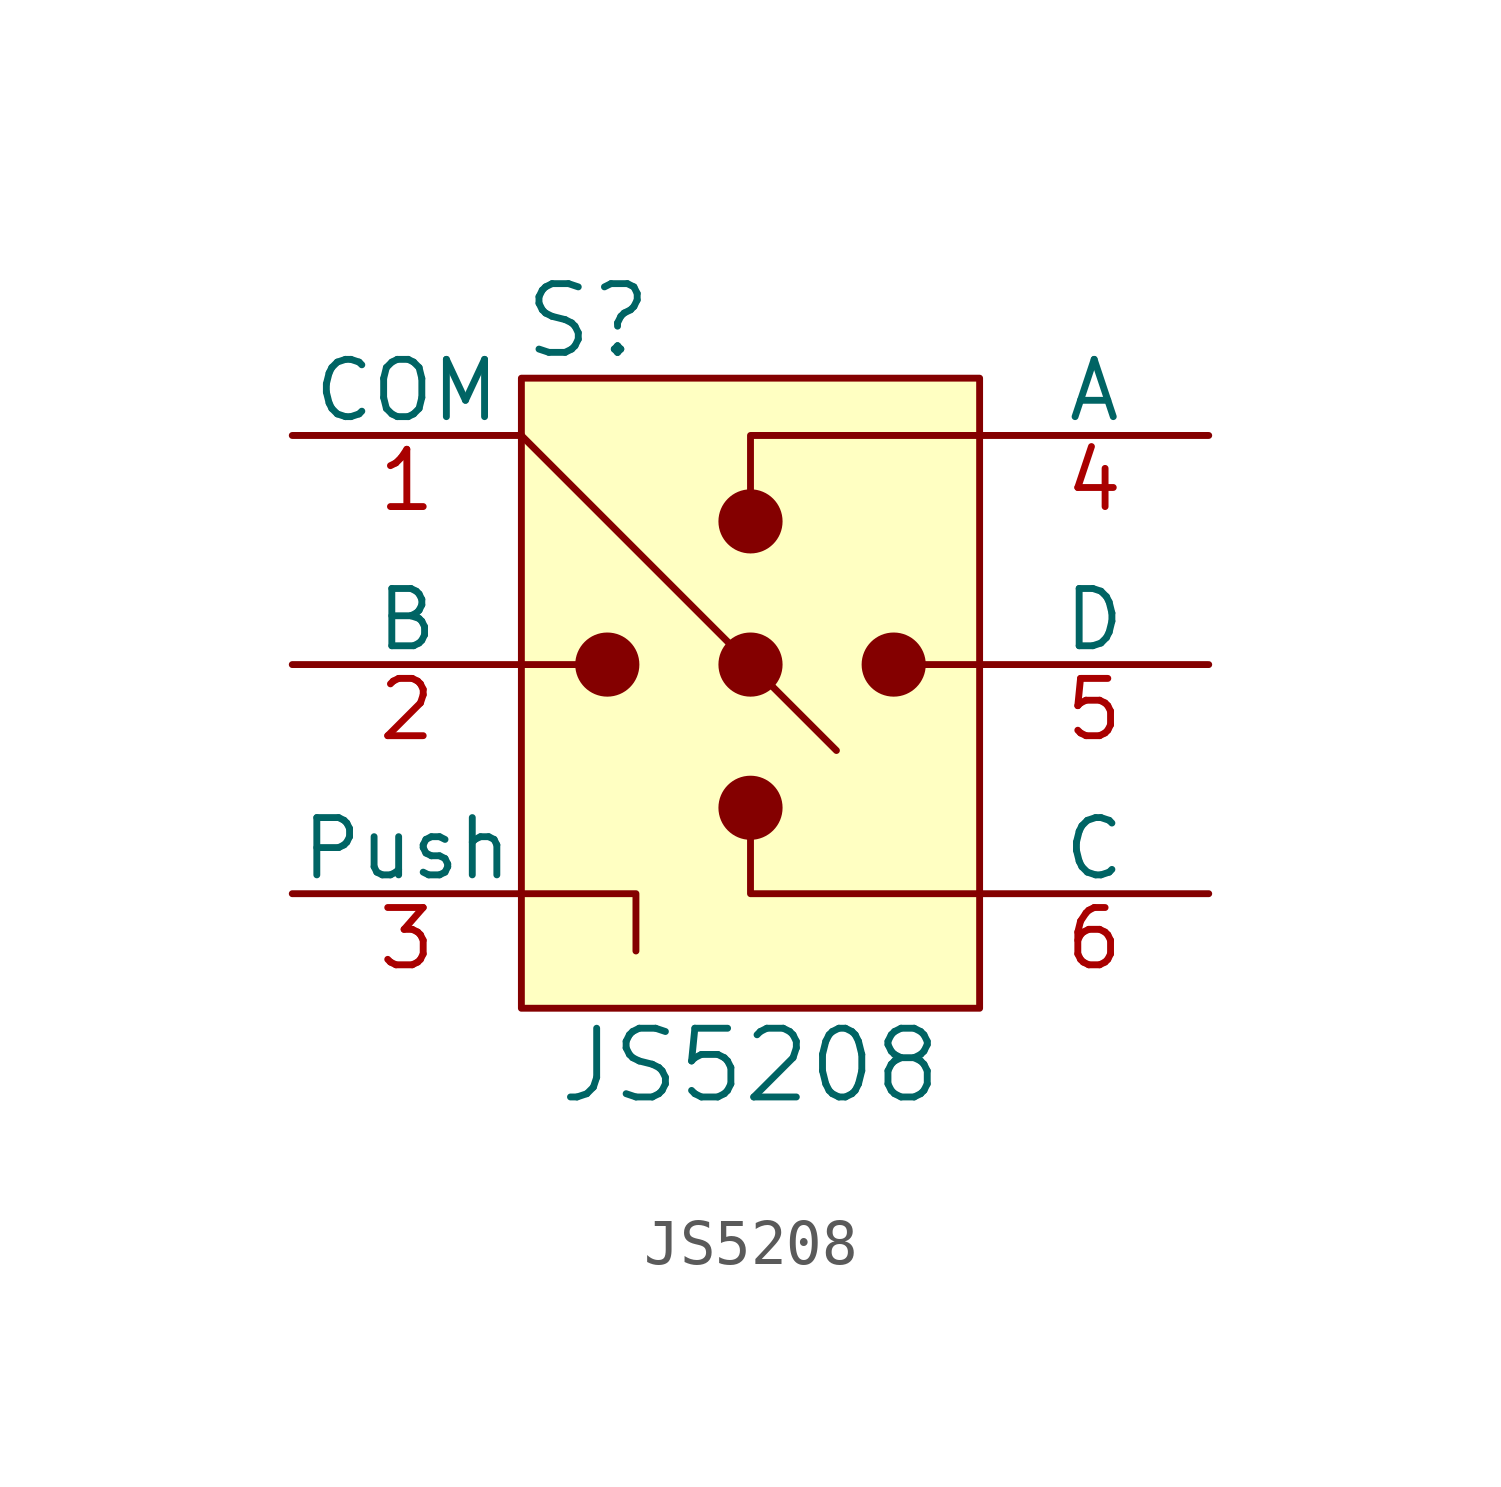
<source format=kicad_sym>
(kicad_symbol_lib
  (version 20211014)
  (generator kicad_symbol_editor)
  (symbol "JS5208"
    (pin_names
      (offset 0))
    (property "Reference" "S"
      (at -5.08 7.62 0)
      (effects (font (size 1.524 1.524)) (justify left)))
    (property "Value" "JS5208"
      (at 0 -8.89 0)
      (effects (font (size 1.524 1.524))))
    (symbol "JS5208_0_1"
      (rectangle (start -5.08 6.35) (end 5.08 -7.62) (stroke (width 0) (type default) (color 0 0 0 0)) (fill (type background)))
      (circle (center -3.175 0) (radius 0.635) (stroke (width 0) (type default) (color 0 0 0 0)) (fill (type outline)))
      (circle (center 0 -3.175) (radius 0.635) (stroke (width 0) (type default) (color 0 0 0 0)) (fill (type outline)))
      (polyline (pts (xy -5.08 0) (xy -3.81 0)) (stroke (width 0) (type default) (color 0 0 0 0)) (fill (type none)))
      (polyline (pts (xy -5.08 5.08) (xy 1.905 -1.905)) (stroke (width 0) (type default) (color 0 0 0 0)) (fill (type none)))
      (polyline (pts (xy 5.08 0) (xy 3.81 0)) (stroke (width 0) (type default) (color 0 0 0 0)) (fill (type none)))
      (polyline (pts (xy -5.08 -5.08) (xy -2.54 -5.08) (xy -2.54 -6.35)) (stroke (width 0) (type default) (color 0 0 0 0)) (fill (type none)))
      (polyline (pts (xy 5.08 -5.08) (xy 0 -5.08) (xy 0 -3.81)) (stroke (width 0) (type default) (color 0 0 0 0)) (fill (type none)))
      (polyline (pts (xy 5.08 5.08) (xy 0 5.08) (xy 0 3.81)) (stroke (width 0) (type default) (color 0 0 0 0)) (fill (type none)))
      (circle (center 0 0) (radius 0.635) (stroke (width 0) (type default) (color 0 0 0 0)) (fill (type outline)))
      (circle (center 0 3.175) (radius 0.635) (stroke (width 0) (type default) (color 0 0 0 0)) (fill (type outline)))
      (circle (center 3.175 0) (radius 0.635) (stroke (width 0) (type default) (color 0 0 0 0)) (fill (type outline))))
    (symbol "JS5208_1_1"
      (pin passive line (at -10.16 5.08 0) (length 5.08) (name "COM" (effects (font (size 1.27 1.27)))) (number "1" (effects (font (size 1.27 1.27)))))
      (pin passive line (at -10.16 0 0) (length 5.08) (name "B" (effects (font (size 1.27 1.27)))) (number "2" (effects (font (size 1.27 1.27)))))
      (pin passive line (at -10.16 -5.08 0) (length 5.08) (name "Push" (effects (font (size 1.27 1.27)))) (number "3" (effects (font (size 1.27 1.27)))))
      (pin passive line (at 10.16 5.08 180) (length 5.08) (name "A" (effects (font (size 1.27 1.27)))) (number "4" (effects (font (size 1.27 1.27)))))
      (pin passive line (at 10.16 0 180) (length 5.08) (name "D" (effects (font (size 1.27 1.27)))) (number "5" (effects (font (size 1.27 1.27)))))
      (pin passive line (at 10.16 -5.08 180) (length 5.08) (name "C" (effects (font (size 1.27 1.27)))) (number "6" (effects (font (size 1.27 1.27))))))))
</source>
